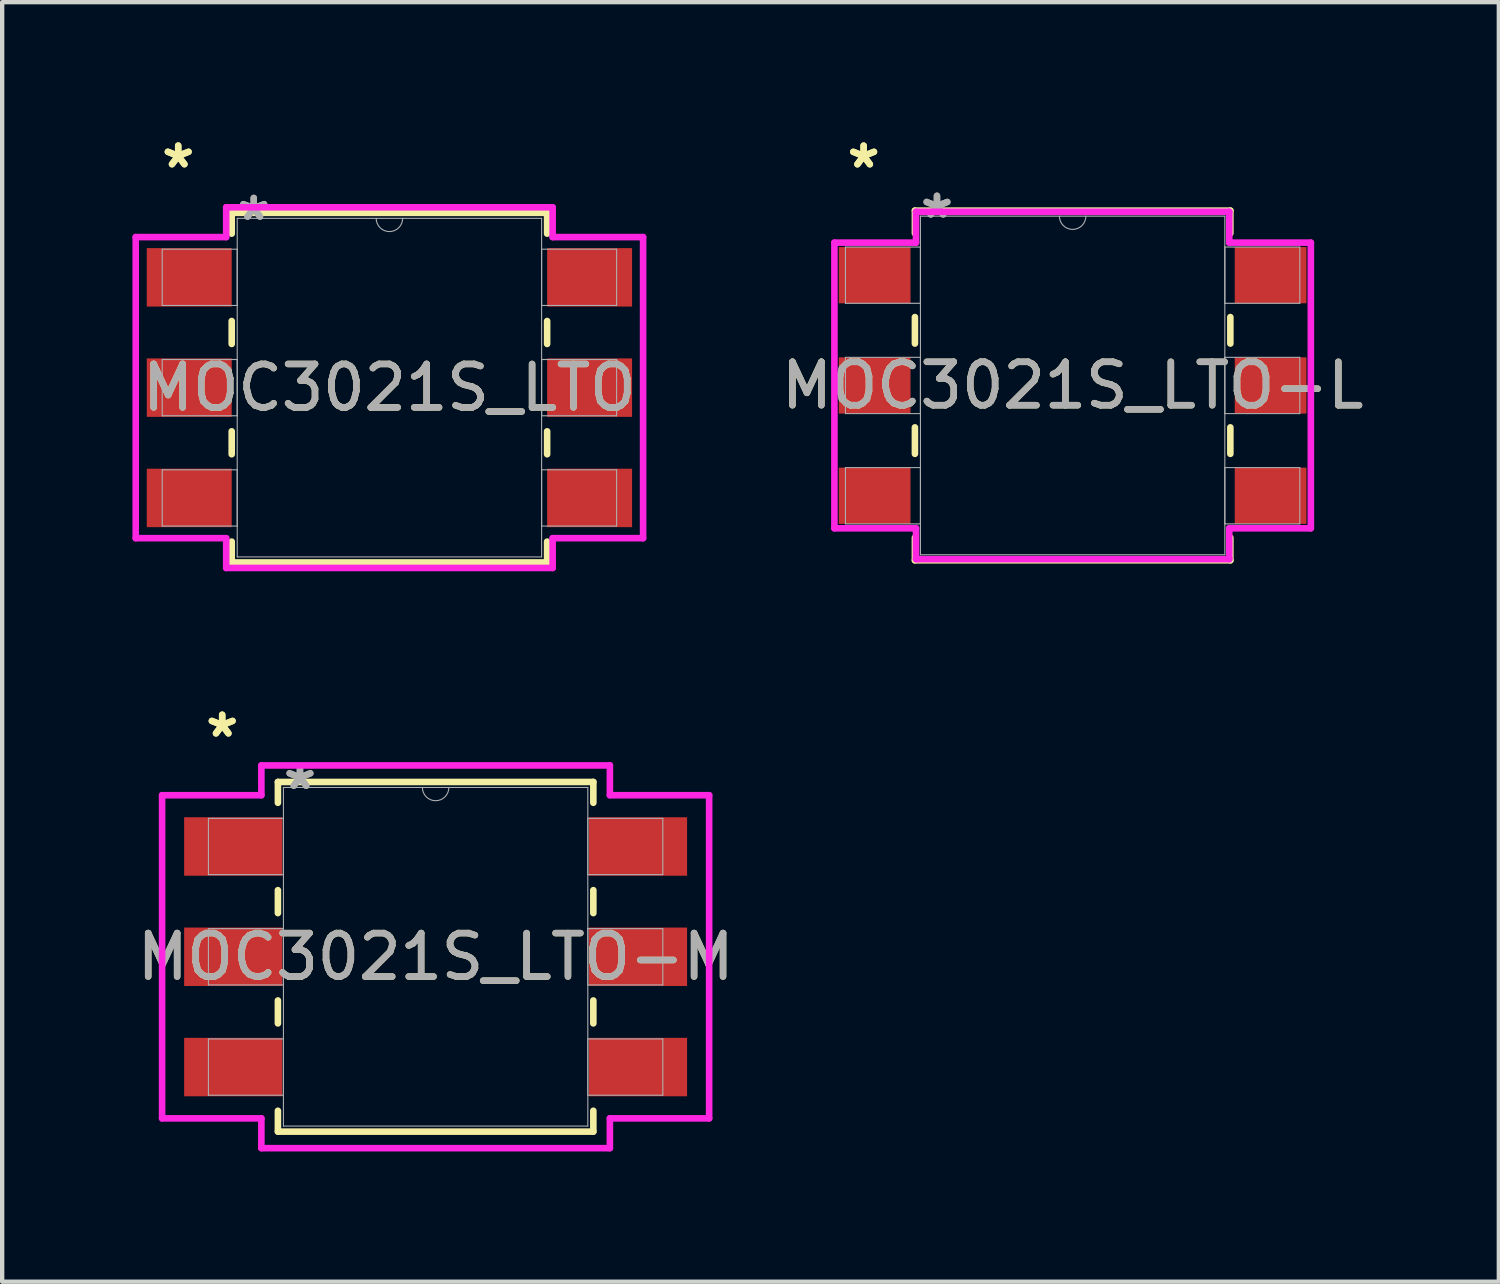
<source format=kicad_pcb>
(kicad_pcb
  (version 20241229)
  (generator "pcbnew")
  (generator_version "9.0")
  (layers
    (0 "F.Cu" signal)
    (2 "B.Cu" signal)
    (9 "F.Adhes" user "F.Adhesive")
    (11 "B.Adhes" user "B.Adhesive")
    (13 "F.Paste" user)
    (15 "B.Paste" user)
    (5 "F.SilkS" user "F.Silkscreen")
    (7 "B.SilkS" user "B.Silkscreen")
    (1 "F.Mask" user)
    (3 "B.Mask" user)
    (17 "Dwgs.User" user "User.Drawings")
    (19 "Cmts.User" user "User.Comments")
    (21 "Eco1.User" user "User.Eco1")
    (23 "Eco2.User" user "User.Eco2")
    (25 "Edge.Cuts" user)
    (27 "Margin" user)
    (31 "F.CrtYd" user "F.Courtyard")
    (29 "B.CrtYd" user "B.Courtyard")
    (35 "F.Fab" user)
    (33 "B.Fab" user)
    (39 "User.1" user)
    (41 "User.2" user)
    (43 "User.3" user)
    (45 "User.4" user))
  (footprint "MOC3021S_LTO-M"
    (layer "F.Cu")
    (at 6.982 18.984)
    (property "Reference" "MOC3021S_LTO-M" (at 0 0 0) (unlocked yes) (layer "F.SilkS") (effects (font (size 1 1) (thickness 0.15))))
    (attr smd)
    (fp_line (start -3.632 -4.026) (end -3.632 -3.546) (stroke (width 0.152) (type solid)) (layer "F.SilkS"))
    (fp_line (start -3.632 -1.534) (end -3.632 -1.006) (stroke (width 0.152) (type solid)) (layer "F.SilkS"))
    (fp_line (start -3.632 1.006) (end -3.632 1.534) (stroke (width 0.152) (type solid)) (layer "F.SilkS"))
    (fp_line (start -3.632 3.546) (end -3.632 4.026) (stroke (width 0.152) (type solid)) (layer "F.SilkS"))
    (fp_line (start -3.632 4.026) (end 3.632 4.026) (stroke (width 0.152) (type solid)) (layer "F.SilkS"))
    (fp_line (start 3.632 -4.026) (end -3.632 -4.026) (stroke (width 0.152) (type solid)) (layer "F.SilkS"))
    (fp_line (start 3.632 -3.546) (end 3.632 -4.026) (stroke (width 0.152) (type solid)) (layer "F.SilkS"))
    (fp_line (start 3.632 -1.006) (end 3.632 -1.534) (stroke (width 0.152) (type solid)) (layer "F.SilkS"))
    (fp_line (start 3.632 1.534) (end 3.632 1.006) (stroke (width 0.152) (type solid)) (layer "F.SilkS"))
    (fp_line (start 3.632 4.026) (end 3.632 3.546) (stroke (width 0.152) (type solid)) (layer "F.SilkS"))
    (fp_line (start -6.299 -3.721) (end -4.013 -3.721) (stroke (width 0.152) (type solid)) (layer "F.CrtYd"))
    (fp_line (start -6.299 3.721) (end -6.299 -3.721) (stroke (width 0.152) (type solid)) (layer "F.CrtYd"))
    (fp_line (start -6.299 3.721) (end -4.013 3.721) (stroke (width 0.152) (type solid)) (layer "F.CrtYd"))
    (fp_line (start -4.013 -4.407) (end 4.013 -4.407) (stroke (width 0.152) (type solid)) (layer "F.CrtYd"))
    (fp_line (start -4.013 -3.721) (end -4.013 -4.407) (stroke (width 0.152) (type solid)) (layer "F.CrtYd"))
    (fp_line (start -4.013 4.407) (end -4.013 3.721) (stroke (width 0.152) (type solid)) (layer "F.CrtYd"))
    (fp_line (start 4.013 -4.407) (end 4.013 -3.721) (stroke (width 0.152) (type solid)) (layer "F.CrtYd"))
    (fp_line (start 4.013 3.721) (end 4.013 4.407) (stroke (width 0.152) (type solid)) (layer "F.CrtYd"))
    (fp_line (start 4.013 4.407) (end -4.013 4.407) (stroke (width 0.152) (type solid)) (layer "F.CrtYd"))
    (fp_line (start 6.299 -3.721) (end 4.013 -3.721) (stroke (width 0.152) (type solid)) (layer "F.CrtYd"))
    (fp_line (start 6.299 -3.721) (end 6.299 3.721) (stroke (width 0.152) (type solid)) (layer "F.CrtYd"))
    (fp_line (start 6.299 3.721) (end 4.013 3.721) (stroke (width 0.152) (type solid)) (layer "F.CrtYd"))
    (fp_line (start -5.232 -3.188) (end -5.232 -1.892) (stroke (width 0.025) (type solid)) (layer "F.Fab"))
    (fp_line (start -5.232 -1.892) (end -3.505 -1.892) (stroke (width 0.025) (type solid)) (layer "F.Fab"))
    (fp_line (start -5.232 -0.648) (end -5.232 0.648) (stroke (width 0.025) (type solid)) (layer "F.Fab"))
    (fp_line (start -5.232 0.648) (end -3.505 0.648) (stroke (width 0.025) (type solid)) (layer "F.Fab"))
    (fp_line (start -5.232 1.892) (end -5.232 3.188) (stroke (width 0.025) (type solid)) (layer "F.Fab"))
    (fp_line (start -5.232 3.188) (end -3.505 3.188) (stroke (width 0.025) (type solid)) (layer "F.Fab"))
    (fp_line (start -3.505 -3.899) (end -3.505 3.899) (stroke (width 0.025) (type solid)) (layer "F.Fab"))
    (fp_line (start -3.505 -3.188) (end -5.232 -3.188) (stroke (width 0.025) (type solid)) (layer "F.Fab"))
    (fp_line (start -3.505 -1.892) (end -3.505 -3.188) (stroke (width 0.025) (type solid)) (layer "F.Fab"))
    (fp_line (start -3.505 -0.648) (end -5.232 -0.648) (stroke (width 0.025) (type solid)) (layer "F.Fab"))
    (fp_line (start -3.505 0.648) (end -3.505 -0.648) (stroke (width 0.025) (type solid)) (layer "F.Fab"))
    (fp_line (start -3.505 1.892) (end -5.232 1.892) (stroke (width 0.025) (type solid)) (layer "F.Fab"))
    (fp_line (start -3.505 3.188) (end -3.505 1.892) (stroke (width 0.025) (type solid)) (layer "F.Fab"))
    (fp_line (start -3.505 3.899) (end 3.505 3.899) (stroke (width 0.025) (type solid)) (layer "F.Fab"))
    (fp_line (start 3.505 -3.899) (end -3.505 -3.899) (stroke (width 0.025) (type solid)) (layer "F.Fab"))
    (fp_line (start 3.505 -3.188) (end 3.505 -1.892) (stroke (width 0.025) (type solid)) (layer "F.Fab"))
    (fp_line (start 3.505 -1.892) (end 5.232 -1.892) (stroke (width 0.025) (type solid)) (layer "F.Fab"))
    (fp_line (start 3.505 -0.648) (end 3.505 0.648) (stroke (width 0.025) (type solid)) (layer "F.Fab"))
    (fp_line (start 3.505 0.648) (end 5.232 0.648) (stroke (width 0.025) (type solid)) (layer "F.Fab"))
    (fp_line (start 3.505 1.892) (end 3.505 3.188) (stroke (width 0.025) (type solid)) (layer "F.Fab"))
    (fp_line (start 3.505 3.188) (end 5.232 3.188) (stroke (width 0.025) (type solid)) (layer "F.Fab"))
    (fp_line (start 3.505 3.899) (end 3.505 -3.899) (stroke (width 0.025) (type solid)) (layer "F.Fab"))
    (fp_line (start 5.232 -3.188) (end 3.505 -3.188) (stroke (width 0.025) (type solid)) (layer "F.Fab"))
    (fp_line (start 5.232 -1.892) (end 5.232 -3.188) (stroke (width 0.025) (type solid)) (layer "F.Fab"))
    (fp_line (start 5.232 -0.648) (end 3.505 -0.648) (stroke (width 0.025) (type solid)) (layer "F.Fab"))
    (fp_line (start 5.232 0.648) (end 5.232 -0.648) (stroke (width 0.025) (type solid)) (layer "F.Fab"))
    (fp_line (start 5.232 1.892) (end 3.505 1.892) (stroke (width 0.025) (type solid)) (layer "F.Fab"))
    (fp_line (start 5.232 3.188) (end 5.232 1.892) (stroke (width 0.025) (type solid)) (layer "F.Fab"))
    (fp_arc (start 0.3048 -3.8989) (mid 0 -3.5941) (end -0.3048 -3.8989) (stroke (width 0.0254) (type solid)) (layer "F.Fab"))
    (fp_text user "*" (at -4.915 -5.029 0) (unlocked yes) (layer "F.SilkS") (effects (font (size 1 1) (thickness 0.15))))
    (fp_text user "*" (at -4.915 -5.029 0) (layer "F.SilkS") (effects (font (size 1 1) (thickness 0.15))))
    (fp_text user "*" (at -3.124 -3.823 0) (layer "F.Fab") (effects (font (size 1 1) (thickness 0.15))))
    (fp_text user "${REFERENCE}" (at 0 0 0) (unlocked yes) (layer "F.Fab") (effects (font (size 1 1) (thickness 0.15))))
    (fp_text user "*" (at -3.124 -3.823 0) (unlocked yes) (layer "F.Fab") (effects (font (size 1 1) (thickness 0.15))))
    (pad "1" smd rect (at -4.661 -2.54) (size 2.261 1.346) (layers "F.Cu" "F.Mask" "F.Paste"))
    (pad "2" smd rect (at -4.661 0) (size 2.261 1.346) (layers "F.Cu" "F.Mask" "F.Paste"))
    (pad "3" smd rect (at -4.661 2.54) (size 2.261 1.346) (layers "F.Cu" "F.Mask" "F.Paste"))
    (pad "4" smd rect (at 4.661 2.54) (size 2.261 1.346) (layers "F.Cu" "F.Mask" "F.Paste"))
    (pad "5" smd rect (at 4.661 0) (size 2.261 1.346) (layers "F.Cu" "F.Mask" "F.Paste"))
    (pad "6" smd rect (at 4.661 -2.54) (size 2.261 1.346) (layers "F.Cu" "F.Mask" "F.Paste")))
  (footprint "MOC3021S_LTO"
    (layer "F.Cu")
    (at 5.918 5.877)
    (property "Reference" "MOC3021S_LTO" (at 0 0 0) (unlocked yes) (layer "F.SilkS") (effects (font (size 1 1) (thickness 0.15))))
    (attr smd)
    (fp_line (start -3.632 -4.026) (end -3.632 -3.546) (stroke (width 0.152) (type solid)) (layer "F.SilkS"))
    (fp_line (start -3.632 -1.534) (end -3.632 -1.006) (stroke (width 0.152) (type solid)) (layer "F.SilkS"))
    (fp_line (start -3.632 1.006) (end -3.632 1.534) (stroke (width 0.152) (type solid)) (layer "F.SilkS"))
    (fp_line (start -3.632 3.546) (end -3.632 4.026) (stroke (width 0.152) (type solid)) (layer "F.SilkS"))
    (fp_line (start -3.632 4.026) (end 3.632 4.026) (stroke (width 0.152) (type solid)) (layer "F.SilkS"))
    (fp_line (start 3.632 -4.026) (end -3.632 -4.026) (stroke (width 0.152) (type solid)) (layer "F.SilkS"))
    (fp_line (start 3.632 -3.546) (end 3.632 -4.026) (stroke (width 0.152) (type solid)) (layer "F.SilkS"))
    (fp_line (start 3.632 -1.006) (end 3.632 -1.534) (stroke (width 0.152) (type solid)) (layer "F.SilkS"))
    (fp_line (start 3.632 1.534) (end 3.632 1.006) (stroke (width 0.152) (type solid)) (layer "F.SilkS"))
    (fp_line (start 3.632 4.026) (end 3.632 3.546) (stroke (width 0.152) (type solid)) (layer "F.SilkS"))
    (fp_line (start -5.842 -3.467) (end -3.759 -3.467) (stroke (width 0.152) (type solid)) (layer "F.CrtYd"))
    (fp_line (start -5.842 3.467) (end -5.842 -3.467) (stroke (width 0.152) (type solid)) (layer "F.CrtYd"))
    (fp_line (start -5.842 3.467) (end -3.759 3.467) (stroke (width 0.152) (type solid)) (layer "F.CrtYd"))
    (fp_line (start -3.759 -4.153) (end 3.759 -4.153) (stroke (width 0.152) (type solid)) (layer "F.CrtYd"))
    (fp_line (start -3.759 -3.467) (end -3.759 -4.153) (stroke (width 0.152) (type solid)) (layer "F.CrtYd"))
    (fp_line (start -3.759 4.153) (end -3.759 3.467) (stroke (width 0.152) (type solid)) (layer "F.CrtYd"))
    (fp_line (start 3.759 -4.153) (end 3.759 -3.467) (stroke (width 0.152) (type solid)) (layer "F.CrtYd"))
    (fp_line (start 3.759 3.467) (end 3.759 4.153) (stroke (width 0.152) (type solid)) (layer "F.CrtYd"))
    (fp_line (start 3.759 4.153) (end -3.759 4.153) (stroke (width 0.152) (type solid)) (layer "F.CrtYd"))
    (fp_line (start 5.842 -3.467) (end 3.759 -3.467) (stroke (width 0.152) (type solid)) (layer "F.CrtYd"))
    (fp_line (start 5.842 -3.467) (end 5.842 3.467) (stroke (width 0.152) (type solid)) (layer "F.CrtYd"))
    (fp_line (start 5.842 3.467) (end 3.759 3.467) (stroke (width 0.152) (type solid)) (layer "F.CrtYd"))
    (fp_line (start -5.232 -3.188) (end -5.232 -1.892) (stroke (width 0.025) (type solid)) (layer "F.Fab"))
    (fp_line (start -5.232 -1.892) (end -3.505 -1.892) (stroke (width 0.025) (type solid)) (layer "F.Fab"))
    (fp_line (start -5.232 -0.648) (end -5.232 0.648) (stroke (width 0.025) (type solid)) (layer "F.Fab"))
    (fp_line (start -5.232 0.648) (end -3.505 0.648) (stroke (width 0.025) (type solid)) (layer "F.Fab"))
    (fp_line (start -5.232 1.892) (end -5.232 3.188) (stroke (width 0.025) (type solid)) (layer "F.Fab"))
    (fp_line (start -5.232 3.188) (end -3.505 3.188) (stroke (width 0.025) (type solid)) (layer "F.Fab"))
    (fp_line (start -3.505 -3.899) (end -3.505 3.899) (stroke (width 0.025) (type solid)) (layer "F.Fab"))
    (fp_line (start -3.505 -3.188) (end -5.232 -3.188) (stroke (width 0.025) (type solid)) (layer "F.Fab"))
    (fp_line (start -3.505 -1.892) (end -3.505 -3.188) (stroke (width 0.025) (type solid)) (layer "F.Fab"))
    (fp_line (start -3.505 -0.648) (end -5.232 -0.648) (stroke (width 0.025) (type solid)) (layer "F.Fab"))
    (fp_line (start -3.505 0.648) (end -3.505 -0.648) (stroke (width 0.025) (type solid)) (layer "F.Fab"))
    (fp_line (start -3.505 1.892) (end -5.232 1.892) (stroke (width 0.025) (type solid)) (layer "F.Fab"))
    (fp_line (start -3.505 3.188) (end -3.505 1.892) (stroke (width 0.025) (type solid)) (layer "F.Fab"))
    (fp_line (start -3.505 3.899) (end 3.505 3.899) (stroke (width 0.025) (type solid)) (layer "F.Fab"))
    (fp_line (start 3.505 -3.899) (end -3.505 -3.899) (stroke (width 0.025) (type solid)) (layer "F.Fab"))
    (fp_line (start 3.505 -3.188) (end 3.505 -1.892) (stroke (width 0.025) (type solid)) (layer "F.Fab"))
    (fp_line (start 3.505 -1.892) (end 5.232 -1.892) (stroke (width 0.025) (type solid)) (layer "F.Fab"))
    (fp_line (start 3.505 -0.648) (end 3.505 0.648) (stroke (width 0.025) (type solid)) (layer "F.Fab"))
    (fp_line (start 3.505 0.648) (end 5.232 0.648) (stroke (width 0.025) (type solid)) (layer "F.Fab"))
    (fp_line (start 3.505 1.892) (end 3.505 3.188) (stroke (width 0.025) (type solid)) (layer "F.Fab"))
    (fp_line (start 3.505 3.188) (end 5.232 3.188) (stroke (width 0.025) (type solid)) (layer "F.Fab"))
    (fp_line (start 3.505 3.899) (end 3.505 -3.899) (stroke (width 0.025) (type solid)) (layer "F.Fab"))
    (fp_line (start 5.232 -3.188) (end 3.505 -3.188) (stroke (width 0.025) (type solid)) (layer "F.Fab"))
    (fp_line (start 5.232 -1.892) (end 5.232 -3.188) (stroke (width 0.025) (type solid)) (layer "F.Fab"))
    (fp_line (start 5.232 -0.648) (end 3.505 -0.648) (stroke (width 0.025) (type solid)) (layer "F.Fab"))
    (fp_line (start 5.232 0.648) (end 5.232 -0.648) (stroke (width 0.025) (type solid)) (layer "F.Fab"))
    (fp_line (start 5.232 1.892) (end 3.505 1.892) (stroke (width 0.025) (type solid)) (layer "F.Fab"))
    (fp_line (start 5.232 3.188) (end 5.232 1.892) (stroke (width 0.025) (type solid)) (layer "F.Fab"))
    (fp_arc (start 0.3048 -3.8989) (mid 0 -3.5941) (end -0.3048 -3.8989) (stroke (width 0.0254) (type solid)) (layer "F.Fab"))
    (fp_text user "*" (at -4.864 -5.029 0) (layer "F.SilkS") (effects (font (size 1 1) (thickness 0.15))))
    (fp_text user "*" (at -4.864 -5.029 0) (unlocked yes) (layer "F.SilkS") (effects (font (size 1 1) (thickness 0.15))))
    (fp_text user "${REFERENCE}" (at 0 0 0) (unlocked yes) (layer "F.Fab") (effects (font (size 1 1) (thickness 0.15))))
    (fp_text user "*" (at -3.124 -3.823 0) (layer "F.Fab") (effects (font (size 1 1) (thickness 0.15))))
    (fp_text user "*" (at -3.124 -3.823 0) (unlocked yes) (layer "F.Fab") (effects (font (size 1 1) (thickness 0.15))))
    (pad "1" smd rect (at -4.61 -2.54) (size 1.956 1.346) (layers "F.Cu" "F.Mask" "F.Paste"))
    (pad "2" smd rect (at -4.61 0) (size 1.956 1.346) (layers "F.Cu" "F.Mask" "F.Paste"))
    (pad "3" smd rect (at -4.61 2.54) (size 1.956 1.346) (layers "F.Cu" "F.Mask" "F.Paste"))
    (pad "4" smd rect (at 4.61 2.54) (size 1.956 1.346) (layers "F.Cu" "F.Mask" "F.Paste"))
    (pad "5" smd rect (at 4.61 0) (size 1.956 1.346) (layers "F.Cu" "F.Mask" "F.Paste"))
    (pad "6" smd rect (at 4.61 -2.54) (size 1.956 1.346) (layers "F.Cu" "F.Mask" "F.Paste")))
  (footprint "MOC3021S_LTO-L"
    (layer "F.Cu")
    (at 21.652 5.827)
    (property "Reference" "MOC3021S_LTO-L" (at 0 0 0) (unlocked yes) (layer "F.SilkS") (effects (font (size 1 1) (thickness 0.15))))
    (attr smd)
    (fp_line (start -3.632 -4.026) (end -3.632 -3.505) (stroke (width 0.152) (type solid)) (layer "F.SilkS"))
    (fp_line (start -3.632 -1.575) (end -3.632 -0.965) (stroke (width 0.152) (type solid)) (layer "F.SilkS"))
    (fp_line (start -3.632 0.965) (end -3.632 1.575) (stroke (width 0.152) (type solid)) (layer "F.SilkS"))
    (fp_line (start -3.632 3.505) (end -3.632 4.026) (stroke (width 0.152) (type solid)) (layer "F.SilkS"))
    (fp_line (start -3.632 4.026) (end 3.632 4.026) (stroke (width 0.152) (type solid)) (layer "F.SilkS"))
    (fp_line (start 3.632 -4.026) (end -3.632 -4.026) (stroke (width 0.152) (type solid)) (layer "F.SilkS"))
    (fp_line (start 3.632 -3.505) (end 3.632 -4.026) (stroke (width 0.152) (type solid)) (layer "F.SilkS"))
    (fp_line (start 3.632 -0.965) (end 3.632 -1.575) (stroke (width 0.152) (type solid)) (layer "F.SilkS"))
    (fp_line (start 3.632 1.575) (end 3.632 0.965) (stroke (width 0.152) (type solid)) (layer "F.SilkS"))
    (fp_line (start 3.632 4.026) (end 3.632 3.505) (stroke (width 0.152) (type solid)) (layer "F.SilkS"))
    (fp_line (start -5.486 -3.289) (end -3.607 -3.289) (stroke (width 0.152) (type solid)) (layer "F.CrtYd"))
    (fp_line (start -5.486 3.289) (end -5.486 -3.289) (stroke (width 0.152) (type solid)) (layer "F.CrtYd"))
    (fp_line (start -5.486 3.289) (end -3.607 3.289) (stroke (width 0.152) (type solid)) (layer "F.CrtYd"))
    (fp_line (start -3.607 -4) (end 3.607 -4) (stroke (width 0.152) (type solid)) (layer "F.CrtYd"))
    (fp_line (start -3.607 -3.289) (end -3.607 -4) (stroke (width 0.152) (type solid)) (layer "F.CrtYd"))
    (fp_line (start -3.607 4) (end -3.607 3.289) (stroke (width 0.152) (type solid)) (layer "F.CrtYd"))
    (fp_line (start 3.607 -4) (end 3.607 -3.289) (stroke (width 0.152) (type solid)) (layer "F.CrtYd"))
    (fp_line (start 3.607 3.289) (end 3.607 4) (stroke (width 0.152) (type solid)) (layer "F.CrtYd"))
    (fp_line (start 3.607 4) (end -3.607 4) (stroke (width 0.152) (type solid)) (layer "F.CrtYd"))
    (fp_line (start 5.486 -3.289) (end 3.607 -3.289) (stroke (width 0.152) (type solid)) (layer "F.CrtYd"))
    (fp_line (start 5.486 -3.289) (end 5.486 3.289) (stroke (width 0.152) (type solid)) (layer "F.CrtYd"))
    (fp_line (start 5.486 3.289) (end 3.607 3.289) (stroke (width 0.152) (type solid)) (layer "F.CrtYd"))
    (fp_line (start -5.232 -3.188) (end -5.232 -1.892) (stroke (width 0.025) (type solid)) (layer "F.Fab"))
    (fp_line (start -5.232 -1.892) (end -3.505 -1.892) (stroke (width 0.025) (type solid)) (layer "F.Fab"))
    (fp_line (start -5.232 -0.648) (end -5.232 0.648) (stroke (width 0.025) (type solid)) (layer "F.Fab"))
    (fp_line (start -5.232 0.648) (end -3.505 0.648) (stroke (width 0.025) (type solid)) (layer "F.Fab"))
    (fp_line (start -5.232 1.892) (end -5.232 3.188) (stroke (width 0.025) (type solid)) (layer "F.Fab"))
    (fp_line (start -5.232 3.188) (end -3.505 3.188) (stroke (width 0.025) (type solid)) (layer "F.Fab"))
    (fp_line (start -3.505 -3.899) (end -3.505 3.899) (stroke (width 0.025) (type solid)) (layer "F.Fab"))
    (fp_line (start -3.505 -3.188) (end -5.232 -3.188) (stroke (width 0.025) (type solid)) (layer "F.Fab"))
    (fp_line (start -3.505 -1.892) (end -3.505 -3.188) (stroke (width 0.025) (type solid)) (layer "F.Fab"))
    (fp_line (start -3.505 -0.648) (end -5.232 -0.648) (stroke (width 0.025) (type solid)) (layer "F.Fab"))
    (fp_line (start -3.505 0.648) (end -3.505 -0.648) (stroke (width 0.025) (type solid)) (layer "F.Fab"))
    (fp_line (start -3.505 1.892) (end -5.232 1.892) (stroke (width 0.025) (type solid)) (layer "F.Fab"))
    (fp_line (start -3.505 3.188) (end -3.505 1.892) (stroke (width 0.025) (type solid)) (layer "F.Fab"))
    (fp_line (start -3.505 3.899) (end 3.505 3.899) (stroke (width 0.025) (type solid)) (layer "F.Fab"))
    (fp_line (start 3.505 -3.899) (end -3.505 -3.899) (stroke (width 0.025) (type solid)) (layer "F.Fab"))
    (fp_line (start 3.505 -3.188) (end 3.505 -1.892) (stroke (width 0.025) (type solid)) (layer "F.Fab"))
    (fp_line (start 3.505 -1.892) (end 5.232 -1.892) (stroke (width 0.025) (type solid)) (layer "F.Fab"))
    (fp_line (start 3.505 -0.648) (end 3.505 0.648) (stroke (width 0.025) (type solid)) (layer "F.Fab"))
    (fp_line (start 3.505 0.648) (end 5.232 0.648) (stroke (width 0.025) (type solid)) (layer "F.Fab"))
    (fp_line (start 3.505 1.892) (end 3.505 3.188) (stroke (width 0.025) (type solid)) (layer "F.Fab"))
    (fp_line (start 3.505 3.188) (end 5.232 3.188) (stroke (width 0.025) (type solid)) (layer "F.Fab"))
    (fp_line (start 3.505 3.899) (end 3.505 -3.899) (stroke (width 0.025) (type solid)) (layer "F.Fab"))
    (fp_line (start 5.232 -3.188) (end 3.505 -3.188) (stroke (width 0.025) (type solid)) (layer "F.Fab"))
    (fp_line (start 5.232 -1.892) (end 5.232 -3.188) (stroke (width 0.025) (type solid)) (layer "F.Fab"))
    (fp_line (start 5.232 -0.648) (end 3.505 -0.648) (stroke (width 0.025) (type solid)) (layer "F.Fab"))
    (fp_line (start 5.232 0.648) (end 5.232 -0.648) (stroke (width 0.025) (type solid)) (layer "F.Fab"))
    (fp_line (start 5.232 1.892) (end 3.505 1.892) (stroke (width 0.025) (type solid)) (layer "F.Fab"))
    (fp_line (start 5.232 3.188) (end 5.232 1.892) (stroke (width 0.025) (type solid)) (layer "F.Fab"))
    (fp_arc (start 0.3048 -3.8989) (mid 0 -3.5941) (end -0.3048 -3.8989) (stroke (width 0.0254) (type solid)) (layer "F.Fab"))
    (fp_text user "*" (at -4.813 -4.978 0) (layer "F.SilkS") (effects (font (size 1 1) (thickness 0.15))))
    (fp_text user "*" (at -4.813 -4.978 0) (unlocked yes) (layer "F.SilkS") (effects (font (size 1 1) (thickness 0.15))))
    (fp_text user "*" (at -3.124 -3.823 0) (unlocked yes) (layer "F.Fab") (effects (font (size 1 1) (thickness 0.15))))
    (fp_text user "${REFERENCE}" (at 0 0 0) (unlocked yes) (layer "F.Fab") (effects (font (size 1 1) (thickness 0.15))))
    (fp_text user "*" (at -3.124 -3.823 0) (layer "F.Fab") (effects (font (size 1 1) (thickness 0.15))))
    (pad "1" smd rect (at -4.559 -2.54) (size 1.651 1.295) (layers "F.Cu" "F.Mask" "F.Paste"))
    (pad "2" smd rect (at -4.559 0) (size 1.651 1.295) (layers "F.Cu" "F.Mask" "F.Paste"))
    (pad "3" smd rect (at -4.559 2.54) (size 1.651 1.295) (layers "F.Cu" "F.Mask" "F.Paste"))
    (pad "4" smd rect (at 4.559 2.54) (size 1.651 1.295) (layers "F.Cu" "F.Mask" "F.Paste"))
    (pad "5" smd rect (at 4.559 0) (size 1.651 1.295) (layers "F.Cu" "F.Mask" "F.Paste"))
    (pad "6" smd rect (at 4.559 -2.54) (size 1.651 1.295) (layers "F.Cu" "F.Mask" "F.Paste")))
  (gr_rect
    (start -3 -3)
    (end 31.467 26.467)
    (stroke (width 0.1) (type default))
    (fill no)
    (layer "Edge.Cuts")))
</source>
